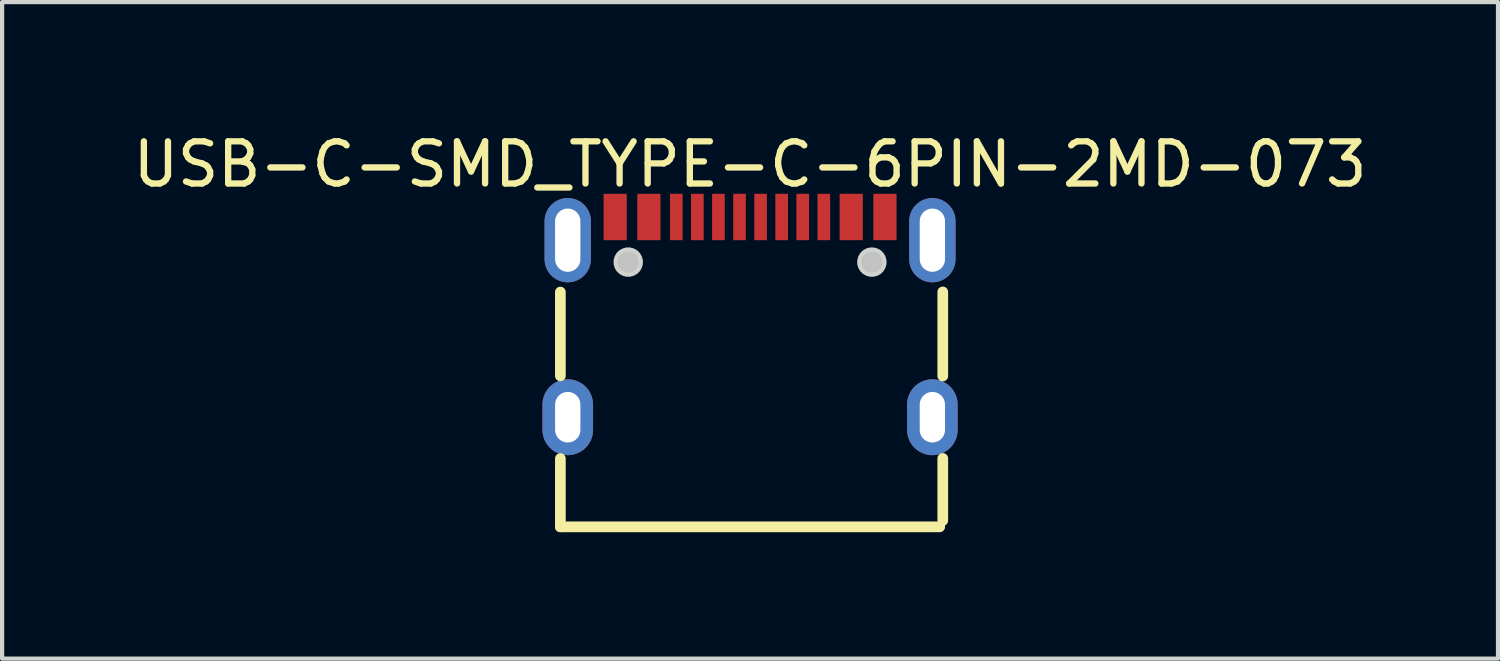
<source format=kicad_pcb>
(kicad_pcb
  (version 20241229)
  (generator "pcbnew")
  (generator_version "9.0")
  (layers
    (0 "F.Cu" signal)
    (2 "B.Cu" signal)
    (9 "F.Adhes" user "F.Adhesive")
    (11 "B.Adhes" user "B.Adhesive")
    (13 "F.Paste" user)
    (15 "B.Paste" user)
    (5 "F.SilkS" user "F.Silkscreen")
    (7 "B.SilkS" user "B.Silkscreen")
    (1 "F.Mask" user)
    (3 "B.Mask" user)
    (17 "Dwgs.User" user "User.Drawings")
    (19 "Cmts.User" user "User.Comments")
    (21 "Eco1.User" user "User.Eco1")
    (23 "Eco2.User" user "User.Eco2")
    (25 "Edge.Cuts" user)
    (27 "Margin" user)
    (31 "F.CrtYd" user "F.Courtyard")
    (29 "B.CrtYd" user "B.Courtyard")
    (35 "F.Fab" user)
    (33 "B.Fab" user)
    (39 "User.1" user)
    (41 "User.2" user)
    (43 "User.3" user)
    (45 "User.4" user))
  (footprint "USB-C-SMD_TYPE-C-6PIN-2MD-073"
    (layer "F.Cu")
    (at 14.744 4.473)
    (property "Reference" "USB-C-SMD_TYPE-C-6PIN-2MD-073" (at 0 -3.625 0) (layer "F.SilkS") (effects (font (size 1 1) (thickness 0.15))))
    (fp_line (start -4.5 1.394) (end -4.5 -0.594) (stroke (width 0.254) (type default)) (layer "F.SilkS"))
    (fp_line (start -4.5 4.975) (end -4.5 3.356) (stroke (width 0.254) (type default)) (layer "F.SilkS"))
    (fp_line (start 4.5 4.975) (end -4.5 4.975) (stroke (width 0.254) (type default)) (layer "F.SilkS"))
    (fp_line (start 4.572 1.397) (end 4.572 -0.597) (stroke (width 0.254) (type default)) (layer "F.SilkS"))
    (fp_line (start 4.572 4.826) (end 4.572 3.353) (stroke (width 0.254) (type default)) (layer "F.SilkS"))
    (fp_poly (pts (xy -3.5 -2.925) (xy -3.5 -1.825) (xy -2.9 -1.825) (xy -2.9 -2.925)) (stroke (width 0) (type default)) (fill yes) (layer "F.Paste"))
    (fp_poly (pts (xy -2.7 -2.925) (xy -2.7 -1.825) (xy -2.1 -1.825) (xy -2.1 -2.925)) (stroke (width 0) (type default)) (fill yes) (layer "F.Paste"))
    (fp_poly (pts (xy -1.6 -1.825) (xy -1.6 -2.925) (xy -1.9 -2.925) (xy -1.9 -1.825)) (stroke (width 0) (type default)) (fill yes) (layer "F.Paste"))
    (fp_poly (pts (xy -1.1 -1.825) (xy -1.1 -2.925) (xy -1.4 -2.925) (xy -1.4 -1.825)) (stroke (width 0) (type default)) (fill yes) (layer "F.Paste"))
    (fp_poly (pts (xy -0.6 -1.825) (xy -0.6 -2.925) (xy -0.9 -2.925) (xy -0.9 -1.825)) (stroke (width 0) (type default)) (fill yes) (layer "F.Paste"))
    (fp_poly (pts (xy -0.1 -1.825) (xy -0.1 -2.925) (xy -0.4 -2.925) (xy -0.4 -1.825)) (stroke (width 0) (type default)) (fill yes) (layer "F.Paste"))
    (fp_poly (pts (xy 0.4 -1.825) (xy 0.4 -2.925) (xy 0.1 -2.925) (xy 0.1 -1.825)) (stroke (width 0) (type default)) (fill yes) (layer "F.Paste"))
    (fp_poly (pts (xy 0.9 -1.825) (xy 0.9 -2.925) (xy 0.6 -2.925) (xy 0.6 -1.825)) (stroke (width 0) (type default)) (fill yes) (layer "F.Paste"))
    (fp_poly (pts (xy 1.4 -1.825) (xy 1.4 -2.925) (xy 1.1 -2.925) (xy 1.1 -1.825)) (stroke (width 0) (type default)) (fill yes) (layer "F.Paste"))
    (fp_poly (pts (xy 1.6 -2.925) (xy 1.6 -1.825) (xy 1.9 -1.825) (xy 1.9 -2.925)) (stroke (width 0) (type default)) (fill yes) (layer "F.Paste"))
    (fp_poly (pts (xy 2.1 -2.925) (xy 2.1 -1.825) (xy 2.7 -1.825) (xy 2.7 -2.925)) (stroke (width 0) (type default)) (fill yes) (layer "F.Paste"))
    (fp_poly (pts (xy 3.5 -1.825) (xy 3.5 -2.925) (xy 2.9 -2.925) (xy 2.9 -1.825)) (stroke (width 0) (type default)) (fill yes) (layer "F.Paste"))
    (fp_poly (pts (xy -4.34 -2.825) (xy -4.37 -2.824) (xy -4.399 -2.821) (xy -4.429 -2.816) (xy -4.458 -2.81) (xy -4.487 -2.803) (xy -4.516 -2.794) (xy -4.544 -2.784) (xy -4.572 -2.772) (xy -4.598 -2.759) (xy -4.625 -2.744) (xy -4.651 -2.729) (xy -4.675 -2.712) (xy -4.699 -2.694) (xy -4.722 -2.675) (xy -4.744 -2.655) (xy -4.765 -2.633) (xy -4.785 -2.611) (xy -4.803 -2.587) (xy -4.821 -2.563) (xy -4.837 -2.538) (xy -4.852 -2.512) (xy -4.865 -2.486) (xy -4.878 -2.458) (xy -4.889 -2.43) (xy -4.899 -2.402) (xy -4.907 -2.373) (xy -4.913 -2.344) (xy -4.918 -2.314) (xy -4.922 -2.285) (xy -4.924 -2.255) (xy -4.925 -2.225) (xy -4.925 -1.425) (xy -4.924 -1.395) (xy -4.922 -1.365) (xy -4.918 -1.335) (xy -4.913 -1.306) (xy -4.907 -1.277) (xy -4.899 -1.248) (xy -4.889 -1.22) (xy -4.878 -1.192) (xy -4.865 -1.165) (xy -4.852 -1.138) (xy -4.837 -1.113) (xy -4.821 -1.087) (xy -4.803 -1.063) (xy -4.785 -1.04) (xy -4.765 -1.017) (xy -4.744 -0.996) (xy -4.722 -0.976) (xy -4.699 -0.956) (xy -4.675 -0.938) (xy -4.651 -0.921) (xy -4.625 -0.905) (xy -4.598 -0.891) (xy -4.572 -0.878) (xy -4.544 -0.867) (xy -4.516 -0.857) (xy -4.487 -0.848) (xy -4.458 -0.84) (xy -4.429 -0.834) (xy -4.399 -0.83) (xy -4.37 -0.827) (xy -4.34 -0.826) (xy -4.31 -0.826) (xy -4.28 -0.827) (xy -4.25 -0.83) (xy -4.221 -0.834) (xy -4.191 -0.84) (xy -4.162 -0.848) (xy -4.134 -0.857) (xy -4.106 -0.867) (xy -4.078 -0.878) (xy -4.051 -0.891) (xy -4.025 -0.905) (xy -3.999 -0.921) (xy -3.974 -0.938) (xy -3.951 -0.956) (xy -3.928 -0.976) (xy -3.906 -0.996) (xy -3.885 -1.017) (xy -3.865 -1.04) (xy -3.846 -1.063) (xy -3.829 -1.087) (xy -3.813 -1.113) (xy -3.798 -1.138) (xy -3.784 -1.165) (xy -3.772 -1.192) (xy -3.761 -1.22) (xy -3.752 -1.248) (xy -3.744 -1.277) (xy -3.737 -1.306) (xy -3.732 -1.335) (xy -3.728 -1.365) (xy -3.725 -1.395) (xy -3.725 -1.425) (xy -3.725 -2.225) (xy -3.725 -2.255) (xy -3.728 -2.285) (xy -3.732 -2.314) (xy -3.737 -2.344) (xy -3.744 -2.373) (xy -3.752 -2.402) (xy -3.761 -2.43) (xy -3.772 -2.458) (xy -3.784 -2.486) (xy -3.798 -2.512) (xy -3.813 -2.538) (xy -3.829 -2.563) (xy -3.846 -2.587) (xy -3.865 -2.611) (xy -3.885 -2.633) (xy -3.906 -2.655) (xy -3.928 -2.675) (xy -3.951 -2.694) (xy -3.974 -2.712) (xy -3.999 -2.729) (xy -4.025 -2.744) (xy -4.051 -2.759) (xy -4.078 -2.772) (xy -4.106 -2.784) (xy -4.134 -2.794) (xy -4.162 -2.803) (xy -4.191 -2.81) (xy -4.221 -2.816) (xy -4.25 -2.821) (xy -4.28 -2.824) (xy -4.31 -2.825)) (stroke (width 0) (type default)) (fill yes) (layer "F.Paste"))
    (fp_poly (pts (xy -4.28 1.627) (xy -4.31 1.625) (xy -4.34 1.625) (xy -4.37 1.627) (xy -4.399 1.629) (xy -4.429 1.634) (xy -4.458 1.64) (xy -4.487 1.647) (xy -4.516 1.657) (xy -4.544 1.667) (xy -4.572 1.678) (xy -4.598 1.691) (xy -4.625 1.706) (xy -4.651 1.721) (xy -4.675 1.738) (xy -4.699 1.756) (xy -4.722 1.775) (xy -4.744 1.796) (xy -4.765 1.817) (xy -4.785 1.839) (xy -4.803 1.863) (xy -4.821 1.887) (xy -4.837 1.912) (xy -4.852 1.938) (xy -4.865 1.964) (xy -4.878 1.992) (xy -4.889 2.02) (xy -4.899 2.048) (xy -4.907 2.077) (xy -4.913 2.106) (xy -4.918 2.135) (xy -4.922 2.166) (xy -4.924 2.195) (xy -4.925 2.225) (xy -4.925 2.525) (xy -4.924 2.555) (xy -4.922 2.585) (xy -4.918 2.615) (xy -4.913 2.644) (xy -4.907 2.673) (xy -4.899 2.702) (xy -4.889 2.73) (xy -4.878 2.758) (xy -4.865 2.785) (xy -4.852 2.812) (xy -4.837 2.838) (xy -4.821 2.863) (xy -4.803 2.888) (xy -4.785 2.91) (xy -4.765 2.933) (xy -4.744 2.954) (xy -4.722 2.975) (xy -4.699 2.994) (xy -4.675 3.012) (xy -4.651 3.029) (xy -4.625 3.045) (xy -4.598 3.059) (xy -4.572 3.072) (xy -4.544 3.083) (xy -4.516 3.094) (xy -4.487 3.103) (xy -4.458 3.11) (xy -4.429 3.116) (xy -4.399 3.12) (xy -4.37 3.123) (xy -4.34 3.125) (xy -4.31 3.125) (xy -4.28 3.123) (xy -4.25 3.12) (xy -4.221 3.116) (xy -4.191 3.11) (xy -4.162 3.103) (xy -4.134 3.094) (xy -4.106 3.083) (xy -4.078 3.072) (xy -4.051 3.059) (xy -4.025 3.045) (xy -3.999 3.029) (xy -3.974 3.012) (xy -3.951 2.994) (xy -3.928 2.975) (xy -3.906 2.954) (xy -3.885 2.933) (xy -3.865 2.91) (xy -3.846 2.888) (xy -3.829 2.863) (xy -3.813 2.838) (xy -3.798 2.812) (xy -3.784 2.785) (xy -3.772 2.758) (xy -3.761 2.73) (xy -3.752 2.702) (xy -3.744 2.673) (xy -3.737 2.644) (xy -3.732 2.615) (xy -3.728 2.585) (xy -3.725 2.555) (xy -3.725 2.525) (xy -3.725 2.225) (xy -3.725 2.195) (xy -3.728 2.166) (xy -3.732 2.135) (xy -3.737 2.106) (xy -3.744 2.077) (xy -3.752 2.048) (xy -3.761 2.02) (xy -3.772 1.992) (xy -3.784 1.964) (xy -3.798 1.938) (xy -3.813 1.912) (xy -3.829 1.887) (xy -3.846 1.863) (xy -3.865 1.839) (xy -3.885 1.817) (xy -3.906 1.796) (xy -3.928 1.775) (xy -3.951 1.756) (xy -3.974 1.738) (xy -3.999 1.721) (xy -4.025 1.706) (xy -4.051 1.691) (xy -4.078 1.678) (xy -4.106 1.667) (xy -4.134 1.657) (xy -4.162 1.647) (xy -4.191 1.64) (xy -4.221 1.634) (xy -4.25 1.629)) (stroke (width 0) (type default)) (fill yes) (layer "F.Paste"))
    (fp_poly (pts (xy 4.31 1.625) (xy 4.28 1.627) (xy 4.25 1.629) (xy 4.221 1.634) (xy 4.191 1.64) (xy 4.162 1.647) (xy 4.134 1.657) (xy 4.106 1.667) (xy 4.078 1.678) (xy 4.051 1.691) (xy 4.025 1.706) (xy 3.999 1.721) (xy 3.974 1.738) (xy 3.951 1.756) (xy 3.928 1.775) (xy 3.906 1.796) (xy 3.885 1.817) (xy 3.865 1.839) (xy 3.846 1.863) (xy 3.829 1.887) (xy 3.813 1.912) (xy 3.798 1.938) (xy 3.784 1.964) (xy 3.772 1.992) (xy 3.761 2.02) (xy 3.752 2.048) (xy 3.744 2.077) (xy 3.737 2.106) (xy 3.732 2.135) (xy 3.728 2.166) (xy 3.725 2.195) (xy 3.725 2.225) (xy 3.725 2.525) (xy 3.725 2.555) (xy 3.728 2.585) (xy 3.732 2.615) (xy 3.737 2.644) (xy 3.744 2.673) (xy 3.752 2.702) (xy 3.761 2.73) (xy 3.772 2.758) (xy 3.784 2.785) (xy 3.798 2.812) (xy 3.813 2.838) (xy 3.829 2.863) (xy 3.846 2.888) (xy 3.865 2.91) (xy 3.885 2.933) (xy 3.906 2.954) (xy 3.928 2.975) (xy 3.951 2.994) (xy 3.974 3.012) (xy 3.999 3.029) (xy 4.025 3.045) (xy 4.051 3.059) (xy 4.078 3.072) (xy 4.106 3.083) (xy 4.134 3.094) (xy 4.162 3.103) (xy 4.191 3.11) (xy 4.221 3.116) (xy 4.25 3.12) (xy 4.28 3.123) (xy 4.31 3.125) (xy 4.34 3.125) (xy 4.37 3.123) (xy 4.399 3.12) (xy 4.429 3.116) (xy 4.458 3.11) (xy 4.487 3.103) (xy 4.516 3.094) (xy 4.544 3.083) (xy 4.572 3.072) (xy 4.598 3.059) (xy 4.625 3.045) (xy 4.651 3.029) (xy 4.675 3.012) (xy 4.699 2.994) (xy 4.722 2.975) (xy 4.744 2.954) (xy 4.765 2.933) (xy 4.785 2.91) (xy 4.803 2.888) (xy 4.821 2.863) (xy 4.837 2.838) (xy 4.852 2.812) (xy 4.865 2.785) (xy 4.878 2.758) (xy 4.889 2.73) (xy 4.899 2.702) (xy 4.907 2.673) (xy 4.913 2.644) (xy 4.918 2.615) (xy 4.922 2.585) (xy 4.924 2.555) (xy 4.925 2.525) (xy 4.925 2.225) (xy 4.924 2.195) (xy 4.922 2.166) (xy 4.918 2.135) (xy 4.913 2.106) (xy 4.907 2.077) (xy 4.899 2.048) (xy 4.889 2.02) (xy 4.878 1.992) (xy 4.865 1.964) (xy 4.852 1.938) (xy 4.837 1.912) (xy 4.821 1.887) (xy 4.803 1.863) (xy 4.785 1.839) (xy 4.765 1.817) (xy 4.744 1.796) (xy 4.722 1.775) (xy 4.699 1.756) (xy 4.675 1.738) (xy 4.651 1.721) (xy 4.625 1.706) (xy 4.598 1.691) (xy 4.572 1.678) (xy 4.544 1.667) (xy 4.516 1.657) (xy 4.487 1.647) (xy 4.458 1.64) (xy 4.429 1.634) (xy 4.399 1.629) (xy 4.37 1.627) (xy 4.34 1.625)) (stroke (width 0) (type default)) (fill yes) (layer "F.Paste"))
    (fp_poly (pts (xy 4.37 -2.824) (xy 4.34 -2.825) (xy 4.31 -2.825) (xy 4.28 -2.824) (xy 4.25 -2.821) (xy 4.221 -2.816) (xy 4.191 -2.81) (xy 4.162 -2.803) (xy 4.134 -2.794) (xy 4.106 -2.784) (xy 4.078 -2.772) (xy 4.051 -2.759) (xy 4.025 -2.744) (xy 3.999 -2.729) (xy 3.974 -2.712) (xy 3.951 -2.694) (xy 3.928 -2.675) (xy 3.906 -2.655) (xy 3.885 -2.633) (xy 3.865 -2.611) (xy 3.846 -2.587) (xy 3.829 -2.563) (xy 3.813 -2.538) (xy 3.798 -2.512) (xy 3.784 -2.486) (xy 3.772 -2.458) (xy 3.761 -2.43) (xy 3.752 -2.402) (xy 3.744 -2.373) (xy 3.737 -2.344) (xy 3.732 -2.314) (xy 3.728 -2.285) (xy 3.725 -2.255) (xy 3.725 -2.225) (xy 3.725 -1.425) (xy 3.725 -1.395) (xy 3.728 -1.365) (xy 3.732 -1.335) (xy 3.737 -1.306) (xy 3.744 -1.277) (xy 3.752 -1.248) (xy 3.761 -1.22) (xy 3.772 -1.192) (xy 3.784 -1.165) (xy 3.798 -1.138) (xy 3.813 -1.113) (xy 3.829 -1.087) (xy 3.846 -1.063) (xy 3.865 -1.04) (xy 3.885 -1.017) (xy 3.906 -0.996) (xy 3.928 -0.976) (xy 3.951 -0.956) (xy 3.974 -0.938) (xy 3.999 -0.921) (xy 4.025 -0.905) (xy 4.051 -0.891) (xy 4.078 -0.878) (xy 4.106 -0.867) (xy 4.134 -0.857) (xy 4.162 -0.848) (xy 4.191 -0.84) (xy 4.221 -0.834) (xy 4.25 -0.83) (xy 4.28 -0.827) (xy 4.31 -0.826) (xy 4.34 -0.826) (xy 4.37 -0.827) (xy 4.399 -0.83) (xy 4.429 -0.834) (xy 4.458 -0.84) (xy 4.487 -0.848) (xy 4.516 -0.857) (xy 4.544 -0.867) (xy 4.572 -0.878) (xy 4.598 -0.891) (xy 4.625 -0.905) (xy 4.651 -0.921) (xy 4.675 -0.938) (xy 4.699 -0.956) (xy 4.722 -0.976) (xy 4.744 -0.996) (xy 4.765 -1.017) (xy 4.785 -1.04) (xy 4.803 -1.063) (xy 4.821 -1.087) (xy 4.837 -1.113) (xy 4.852 -1.138) (xy 4.865 -1.165) (xy 4.878 -1.192) (xy 4.889 -1.22) (xy 4.899 -1.248) (xy 4.907 -1.277) (xy 4.913 -1.306) (xy 4.918 -1.335) (xy 4.922 -1.365) (xy 4.924 -1.395) (xy 4.925 -1.425) (xy 4.925 -2.225) (xy 4.924 -2.255) (xy 4.922 -2.285) (xy 4.918 -2.314) (xy 4.913 -2.344) (xy 4.907 -2.373) (xy 4.899 -2.402) (xy 4.889 -2.43) (xy 4.878 -2.458) (xy 4.865 -2.486) (xy 4.852 -2.512) (xy 4.837 -2.538) (xy 4.821 -2.563) (xy 4.803 -2.587) (xy 4.785 -2.611) (xy 4.765 -2.633) (xy 4.744 -2.655) (xy 4.722 -2.675) (xy 4.699 -2.694) (xy 4.675 -2.712) (xy 4.651 -2.729) (xy 4.625 -2.744) (xy 4.598 -2.759) (xy 4.572 -2.772) (xy 4.544 -2.784) (xy 4.516 -2.794) (xy 4.487 -2.803) (xy 4.458 -2.81) (xy 4.429 -2.816) (xy 4.399 -2.821)) (stroke (width 0) (type default)) (fill yes) (layer "F.Paste"))
    (fp_circle (center -2.89 -1.305) (end -2.765 -1.305) (stroke (width 0.25) (type default)) (fill no) (layer "Dwgs.User"))
    (fp_circle (center 2.89 -1.305) (end 3.015 -1.305) (stroke (width 0.25) (type default)) (fill no) (layer "Dwgs.User"))
    (fp_poly (pts (xy -2.543 -1.351) (xy -2.567 -1.439) (xy -2.612 -1.518) (xy -2.677 -1.583) (xy -2.756 -1.628) (xy -2.844 -1.652) (xy -2.936 -1.652) (xy -3.024 -1.628) (xy -3.103 -1.583) (xy -3.168 -1.518) (xy -3.213 -1.439) (xy -3.237 -1.351) (xy -3.237 -1.259) (xy -3.213 -1.171) (xy -3.168 -1.092) (xy -3.103 -1.027) (xy -3.024 -0.982) (xy -2.936 -0.958) (xy -2.844 -0.958) (xy -2.756 -0.982) (xy -2.677 -1.027) (xy -2.612 -1.092) (xy -2.567 -1.171) (xy -2.543 -1.259)) (stroke (width 0) (type default)) (fill yes) (layer "Edge.Cuts"))
    (fp_poly (pts (xy 3.237 -1.351) (xy 3.213 -1.439) (xy 3.168 -1.518) (xy 3.103 -1.583) (xy 3.024 -1.628) (xy 2.936 -1.652) (xy 2.844 -1.652) (xy 2.756 -1.628) (xy 2.677 -1.583) (xy 2.612 -1.518) (xy 2.567 -1.439) (xy 2.543 -1.351) (xy 2.543 -1.259) (xy 2.567 -1.171) (xy 2.612 -1.092) (xy 2.677 -1.027) (xy 2.756 -0.982) (xy 2.844 -0.958) (xy 2.936 -0.958) (xy 3.024 -0.982) (xy 3.103 -1.027) (xy 3.168 -1.092) (xy 3.213 -1.171) (xy 3.237 -1.259)) (stroke (width 0) (type default)) (fill yes) (layer "Edge.Cuts"))
    (fp_poly (pts (xy -4.45 -2.349) (xy -4.2 -2.349) (xy -4.2 -1.249) (xy -4.45 -1.249)) (stroke (width 0.1) (type default)) (fill no) (layer "User.1"))
    (fp_poly (pts (xy -4.45 2.025) (xy -4.2 2.025) (xy -4.2 2.725) (xy -4.45 2.725)) (stroke (width 0.1) (type default)) (fill no) (layer "User.1"))
    (fp_poly (pts (xy -3.4 -2.649) (xy -3 -2.649) (xy -3 -1.799) (xy -3.4 -1.799)) (stroke (width 0.1) (type default)) (fill no) (layer "User.1"))
    (fp_poly (pts (xy -2.6 -2.649) (xy -2.2 -2.649) (xy -2.2 -1.799) (xy -2.6 -1.799)) (stroke (width 0.1) (type default)) (fill no) (layer "User.1"))
    (fp_poly (pts (xy -1.85 -2.649) (xy -1.65 -2.649) (xy -1.65 -1.799) (xy -1.85 -1.799)) (stroke (width 0.1) (type default)) (fill no) (layer "User.1"))
    (fp_poly (pts (xy -1.35 -2.649) (xy -1.15 -2.649) (xy -1.15 -1.799) (xy -1.35 -1.799)) (stroke (width 0.1) (type default)) (fill no) (layer "User.1"))
    (fp_poly (pts (xy -0.85 -2.649) (xy -0.65 -2.649) (xy -0.65 -1.799) (xy -0.85 -1.799)) (stroke (width 0.1) (type default)) (fill no) (layer "User.1"))
    (fp_poly (pts (xy -0.35 -2.649) (xy -0.15 -2.649) (xy -0.15 -1.799) (xy -0.35 -1.799)) (stroke (width 0.1) (type default)) (fill no) (layer "User.1"))
    (fp_poly (pts (xy 0.15 -2.649) (xy 0.35 -2.649) (xy 0.35 -1.799) (xy 0.15 -1.799)) (stroke (width 0.1) (type default)) (fill no) (layer "User.1"))
    (fp_poly (pts (xy 0.65 -2.649) (xy 0.85 -2.649) (xy 0.85 -1.799) (xy 0.65 -1.799)) (stroke (width 0.1) (type default)) (fill no) (layer "User.1"))
    (fp_poly (pts (xy 1.15 -2.649) (xy 1.35 -2.649) (xy 1.35 -1.799) (xy 1.15 -1.799)) (stroke (width 0.1) (type default)) (fill no) (layer "User.1"))
    (fp_poly (pts (xy 1.65 -2.649) (xy 1.85 -2.649) (xy 1.85 -1.799) (xy 1.65 -1.799)) (stroke (width 0.1) (type default)) (fill no) (layer "User.1"))
    (fp_poly (pts (xy 2.2 -2.649) (xy 2.6 -2.649) (xy 2.6 -1.799) (xy 2.2 -1.799)) (stroke (width 0.1) (type default)) (fill no) (layer "User.1"))
    (fp_poly (pts (xy 3 -2.649) (xy 3.4 -2.649) (xy 3.4 -1.799) (xy 3 -1.799)) (stroke (width 0.1) (type default)) (fill no) (layer "User.1"))
    (fp_poly (pts (xy 4.2 -2.349) (xy 4.45 -2.349) (xy 4.45 -1.249) (xy 4.2 -1.249)) (stroke (width 0.1) (type default)) (fill no) (layer "User.1"))
    (fp_poly (pts (xy 4.2 2.025) (xy 4.45 2.025) (xy 4.45 2.725) (xy 4.2 2.725)) (stroke (width 0.1) (type default)) (fill no) (layer "User.1"))
    (fp_line (start -4.45 -2.349) (end 4.45 -2.349) (stroke (width 0.051) (type default)) (layer "User.2"))
    (fp_line (start -4.45 5.001) (end -4.45 -2.349) (stroke (width 0.051) (type default)) (layer "User.2"))
    (fp_line (start 4.45 -2.349) (end 4.45 5.001) (stroke (width 0.051) (type default)) (layer "User.2"))
    (fp_line (start 4.45 5.001) (end -4.45 5.001) (stroke (width 0.051) (type default)) (layer "User.2"))
    (fp_poly (pts (xy -4.395 -2.672) (xy -4.427 -2.704) (xy -4.473 -2.704) (xy -4.505 -2.672) (xy -4.505 -2.626) (xy -4.473 -2.594) (xy -4.427 -2.594) (xy -4.395 -2.626)) (stroke (width 0.1) (type default)) (fill no) (layer "User.3"))
    (pad "A1" smd rect (at -3.2 -2.375) (size 0.55 1.1) (layers "F.Cu" "F.Mask" "F.Paste"))
    (pad "A1" smd rect (at 3.2 -2.375) (size 0.55 1.1) (layers "F.Cu" "F.Mask" "F.Paste"))
    (pad "A4" smd rect (at -2.4 -2.375) (size 0.55 1.1) (layers "F.Cu" "F.Mask" "F.Paste"))
    (pad "A4" smd rect (at 2.4 -2.375) (size 0.55 1.1) (layers "F.Cu" "F.Mask" "F.Paste"))
    (pad "A5" smd rect (at -1.25 -2.375) (size 0.3 1.1) (layers "F.Cu" "F.Mask" "F.Paste"))
    (pad "A6" smd rect (at -0.25 -2.375) (size 0.3 1.1) (layers "F.Cu" "F.Mask" "F.Paste"))
    (pad "A7" smd rect (at 0.25 -2.375) (size 0.3 1.1) (layers "F.Cu" "F.Mask" "F.Paste"))
    (pad "A8" smd rect (at 1.25 -2.375) (size 0.3 1.1) (layers "F.Cu" "F.Mask" "F.Paste"))
    (pad "B5" smd rect (at 1.75 -2.375) (size 0.3 1.1) (layers "F.Cu" "F.Mask" "F.Paste"))
    (pad "B6" smd rect (at 0.75 -2.375) (size 0.3 1.1) (layers "F.Cu" "F.Mask" "F.Paste"))
    (pad "B7" smd rect (at -0.75 -2.375) (size 0.3 1.1) (layers "F.Cu" "F.Mask" "F.Paste"))
    (pad "B8" smd rect (at -1.75 -2.375) (size 0.3 1.1) (layers "F.Cu" "F.Mask" "F.Paste"))
    (pad "S1" thru_hole oval (at -4.325 -1.825) (size 1.1 2) (drill oval 0.6 1.5) (layers "*.Cu" "*.Mask"))
    (pad "S1" thru_hole oval (at -4.325 2.375) (size 1.2 1.8) (drill oval 0.6 1.2) (layers "*.Cu" "*.Mask"))
    (pad "S1" thru_hole oval (at 4.325 -1.825) (size 1.1 2) (drill oval 0.6 1.5) (layers "*.Cu" "*.Mask"))
    (pad "S1" thru_hole oval (at 4.325 2.375) (size 1.2 1.8) (drill oval 0.6 1.2) (layers "*.Cu" "*.Mask")))
  (gr_rect
    (start -3 -3)
    (end 32.488 12.575)
    (stroke (width 0.1) (type default))
    (fill no)
    (layer "Edge.Cuts")))
</source>
